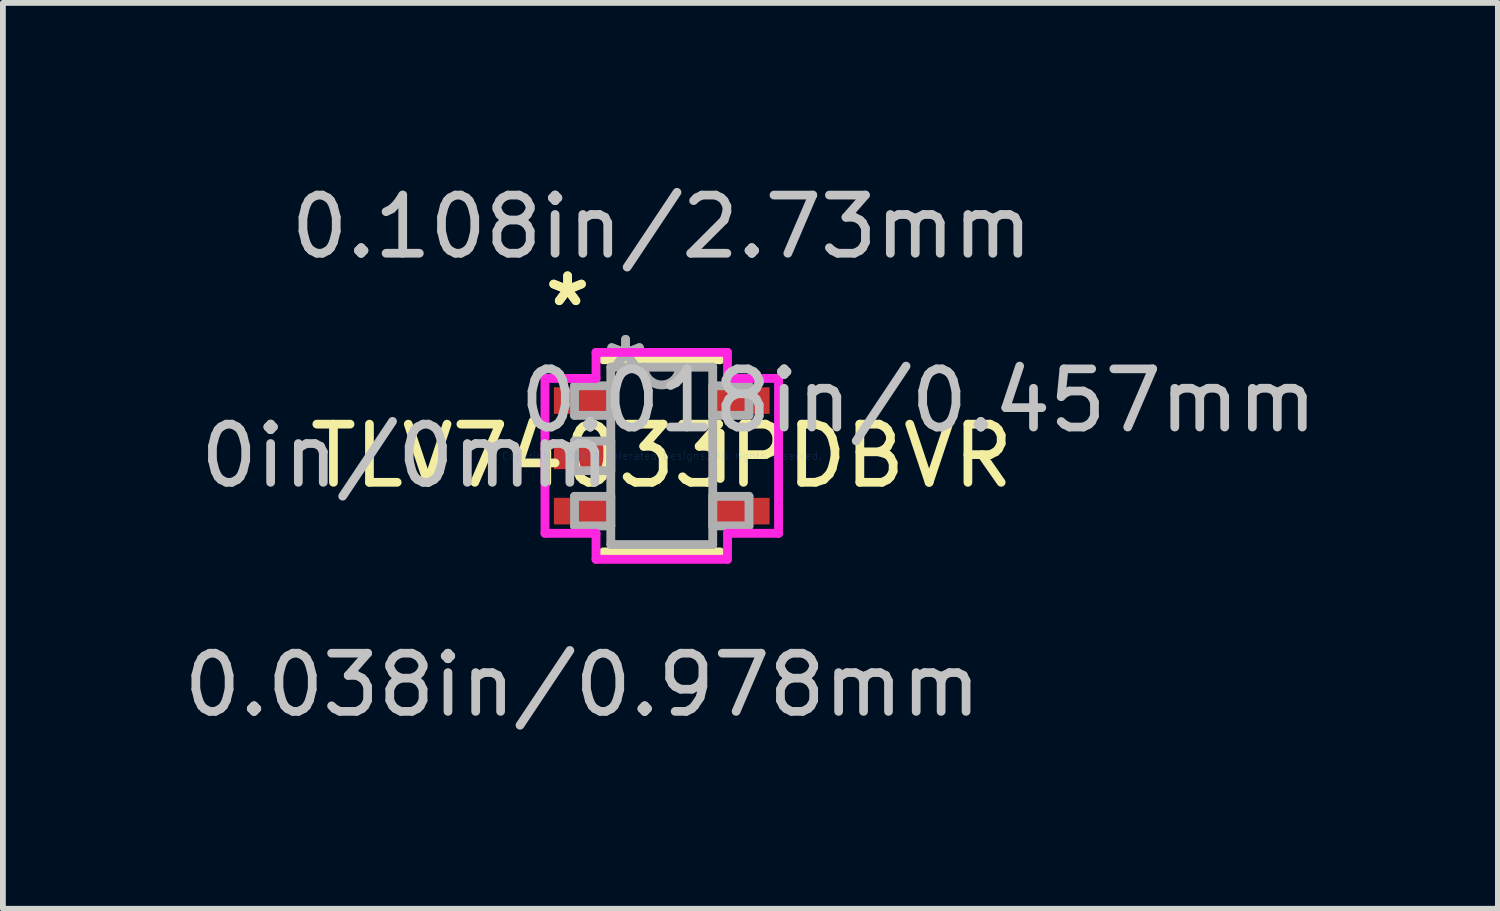
<source format=kicad_pcb>
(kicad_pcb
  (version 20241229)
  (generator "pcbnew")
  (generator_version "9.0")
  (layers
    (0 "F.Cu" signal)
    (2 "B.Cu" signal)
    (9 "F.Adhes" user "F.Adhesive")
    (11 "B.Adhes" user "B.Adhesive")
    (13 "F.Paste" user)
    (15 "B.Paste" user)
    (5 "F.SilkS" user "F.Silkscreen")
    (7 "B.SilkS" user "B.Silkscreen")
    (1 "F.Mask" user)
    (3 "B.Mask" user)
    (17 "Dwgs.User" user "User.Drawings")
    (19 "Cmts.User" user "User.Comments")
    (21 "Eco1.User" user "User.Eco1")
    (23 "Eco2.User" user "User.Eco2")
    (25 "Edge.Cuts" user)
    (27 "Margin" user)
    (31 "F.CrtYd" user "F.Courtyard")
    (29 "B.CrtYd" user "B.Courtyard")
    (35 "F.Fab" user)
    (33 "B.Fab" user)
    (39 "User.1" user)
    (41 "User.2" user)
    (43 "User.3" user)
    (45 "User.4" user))
  (footprint "TLV74033PDBVR"
    (layer "F.Cu")
    (at 8.324 4.785)
    (property "Reference" "TLV74033PDBVR" (at 0 0 0) (layer "F.SilkS") (effects (font (size 1 1) (thickness 0.15))))
    (attr through_hole)
    (fp_line (start -1.003 1.651) (end 1.003 1.651) (stroke (width 0.152) (type solid)) (layer "F.SilkS"))
    (fp_line (start 1.003 -1.651) (end -1.003 -1.651) (stroke (width 0.152) (type solid)) (layer "F.SilkS"))
    (fp_line (start 1.003 0.389) (end 1.003 -0.389) (stroke (width 0.152) (type solid)) (layer "F.SilkS"))
    (fp_line (start -2.007 -1.331) (end -1.13 -1.331) (stroke (width 0.152) (type solid)) (layer "F.CrtYd"))
    (fp_line (start -2.007 1.331) (end -2.007 -1.331) (stroke (width 0.152) (type solid)) (layer "F.CrtYd"))
    (fp_line (start -1.13 -1.778) (end 1.13 -1.778) (stroke (width 0.152) (type solid)) (layer "F.CrtYd"))
    (fp_line (start -1.13 -1.331) (end -1.13 -1.778) (stroke (width 0.152) (type solid)) (layer "F.CrtYd"))
    (fp_line (start -1.13 1.331) (end -2.007 1.331) (stroke (width 0.152) (type solid)) (layer "F.CrtYd"))
    (fp_line (start -1.13 1.778) (end -1.13 1.331) (stroke (width 0.152) (type solid)) (layer "F.CrtYd"))
    (fp_line (start 1.13 -1.778) (end 1.13 -1.331) (stroke (width 0.152) (type solid)) (layer "F.CrtYd"))
    (fp_line (start 1.13 -1.331) (end 2.007 -1.331) (stroke (width 0.152) (type solid)) (layer "F.CrtYd"))
    (fp_line (start 1.13 1.331) (end 1.13 1.778) (stroke (width 0.152) (type solid)) (layer "F.CrtYd"))
    (fp_line (start 1.13 1.778) (end -1.13 1.778) (stroke (width 0.152) (type solid)) (layer "F.CrtYd"))
    (fp_line (start 2.007 -1.331) (end 2.007 1.331) (stroke (width 0.152) (type solid)) (layer "F.CrtYd"))
    (fp_line (start 2.007 1.331) (end 1.13 1.331) (stroke (width 0.152) (type solid)) (layer "F.CrtYd"))
    (fp_line (start -1.499 -1.204) (end -1.499 -0.696) (stroke (width 0.152) (type solid)) (layer "F.Fab"))
    (fp_line (start -1.499 -0.696) (end -0.876 -0.696) (stroke (width 0.152) (type solid)) (layer "F.Fab"))
    (fp_line (start -1.499 -0.254) (end -1.499 0.254) (stroke (width 0.152) (type solid)) (layer "F.Fab"))
    (fp_line (start -1.499 0.254) (end -0.876 0.254) (stroke (width 0.152) (type solid)) (layer "F.Fab"))
    (fp_line (start -1.499 0.696) (end -1.499 1.204) (stroke (width 0.152) (type solid)) (layer "F.Fab"))
    (fp_line (start -1.499 1.204) (end -0.876 1.204) (stroke (width 0.152) (type solid)) (layer "F.Fab"))
    (fp_line (start -0.876 -1.524) (end -0.876 1.524) (stroke (width 0.152) (type solid)) (layer "F.Fab"))
    (fp_line (start -0.876 -1.204) (end -1.499 -1.204) (stroke (width 0.152) (type solid)) (layer "F.Fab"))
    (fp_line (start -0.876 -0.696) (end -0.876 -1.204) (stroke (width 0.152) (type solid)) (layer "F.Fab"))
    (fp_line (start -0.876 -0.254) (end -1.499 -0.254) (stroke (width 0.152) (type solid)) (layer "F.Fab"))
    (fp_line (start -0.876 0.254) (end -0.876 -0.254) (stroke (width 0.152) (type solid)) (layer "F.Fab"))
    (fp_line (start -0.876 0.696) (end -1.499 0.696) (stroke (width 0.152) (type solid)) (layer "F.Fab"))
    (fp_line (start -0.876 1.204) (end -0.876 0.696) (stroke (width 0.152) (type solid)) (layer "F.Fab"))
    (fp_line (start -0.876 1.524) (end 0.876 1.524) (stroke (width 0.152) (type solid)) (layer "F.Fab"))
    (fp_line (start 0.876 -1.524) (end -0.876 -1.524) (stroke (width 0.152) (type solid)) (layer "F.Fab"))
    (fp_line (start 0.876 -1.204) (end 0.876 -0.696) (stroke (width 0.152) (type solid)) (layer "F.Fab"))
    (fp_line (start 0.876 -0.696) (end 1.499 -0.696) (stroke (width 0.152) (type solid)) (layer "F.Fab"))
    (fp_line (start 0.876 0.696) (end 0.876 1.204) (stroke (width 0.152) (type solid)) (layer "F.Fab"))
    (fp_line (start 0.876 1.204) (end 1.499 1.204) (stroke (width 0.152) (type solid)) (layer "F.Fab"))
    (fp_line (start 0.876 1.524) (end 0.876 -1.524) (stroke (width 0.152) (type solid)) (layer "F.Fab"))
    (fp_line (start 1.499 -1.204) (end 0.876 -1.204) (stroke (width 0.152) (type solid)) (layer "F.Fab"))
    (fp_line (start 1.499 -0.696) (end 1.499 -1.204) (stroke (width 0.152) (type solid)) (layer "F.Fab"))
    (fp_line (start 1.499 0.696) (end 0.876 0.696) (stroke (width 0.152) (type solid)) (layer "F.Fab"))
    (fp_line (start 1.499 1.204) (end 1.499 0.696) (stroke (width 0.152) (type solid)) (layer "F.Fab"))
    (fp_arc (start 0.3048 -1.524) (mid 0 -1.2192) (end -0.3048 -1.524) (stroke (width 0.1524) (type solid)) (layer "F.Fab"))
    (fp_text user "*" (at -1.619 -2.55 0) (layer "F.SilkS") (effects (font (size 1 1) (thickness 0.15))))
    (fp_text user "*" (at -1.619 -2.55 0) (layer "F.SilkS") (effects (font (size 1 1) (thickness 0.15))))
    (fp_text user "0.108in/2.73mm" (at 0 -3.937 0) (layer "Dwgs.User") (effects (font (size 1 1) (thickness 0.15))))
    (fp_text user "0in/0mm" (at -4.413 0 0) (layer "Dwgs.User") (effects (font (size 1 1) (thickness 0.15))))
    (fp_text user "0.018in/0.457mm" (at 4.413 -0.95 0) (layer "Dwgs.User") (effects (font (size 1 1) (thickness 0.15))))
    (fp_text user "0.038in/0.978mm" (at -1.365 3.937 0) (layer "Dwgs.User") (effects (font (size 1 1) (thickness 0.15))))
    (fp_text user "Copyright 2016 Accelerated Designs. All rights reserved." (at 0 0 0) (layer "Cmts.User") (effects (font (size 0.127 0.127) (thickness 0.002))))
    (fp_text user "*" (at -0.622 -1.458 0) (layer "F.Fab") (effects (font (size 1 1) (thickness 0.15))))
    (fp_text user "*" (at -0.622 -1.458 0) (layer "F.Fab") (effects (font (size 1 1) (thickness 0.15))))
    (pad "1" smd rect (at -1.365 -0.95) (size 0.978 0.457) (layers "F.Cu" "F.Mask" "F.Paste"))
    (pad "2" smd rect (at -1.365 0) (size 0.978 0.457) (layers "F.Cu" "F.Mask" "F.Paste"))
    (pad "3" smd rect (at -1.365 0.95) (size 0.978 0.457) (layers "F.Cu" "F.Mask" "F.Paste"))
    (pad "4" smd rect (at 1.365 0.95) (size 0.978 0.457) (layers "F.Cu" "F.Mask" "F.Paste"))
    (pad "5" smd rect (at 1.365 -0.95) (size 0.978 0.457) (layers "F.Cu" "F.Mask" "F.Paste")))
  (gr_rect
    (start -3 -3)
    (end 22.695 12.57)
    (stroke (width 0.1) (type default))
    (fill no)
    (layer "Edge.Cuts")))
</source>
